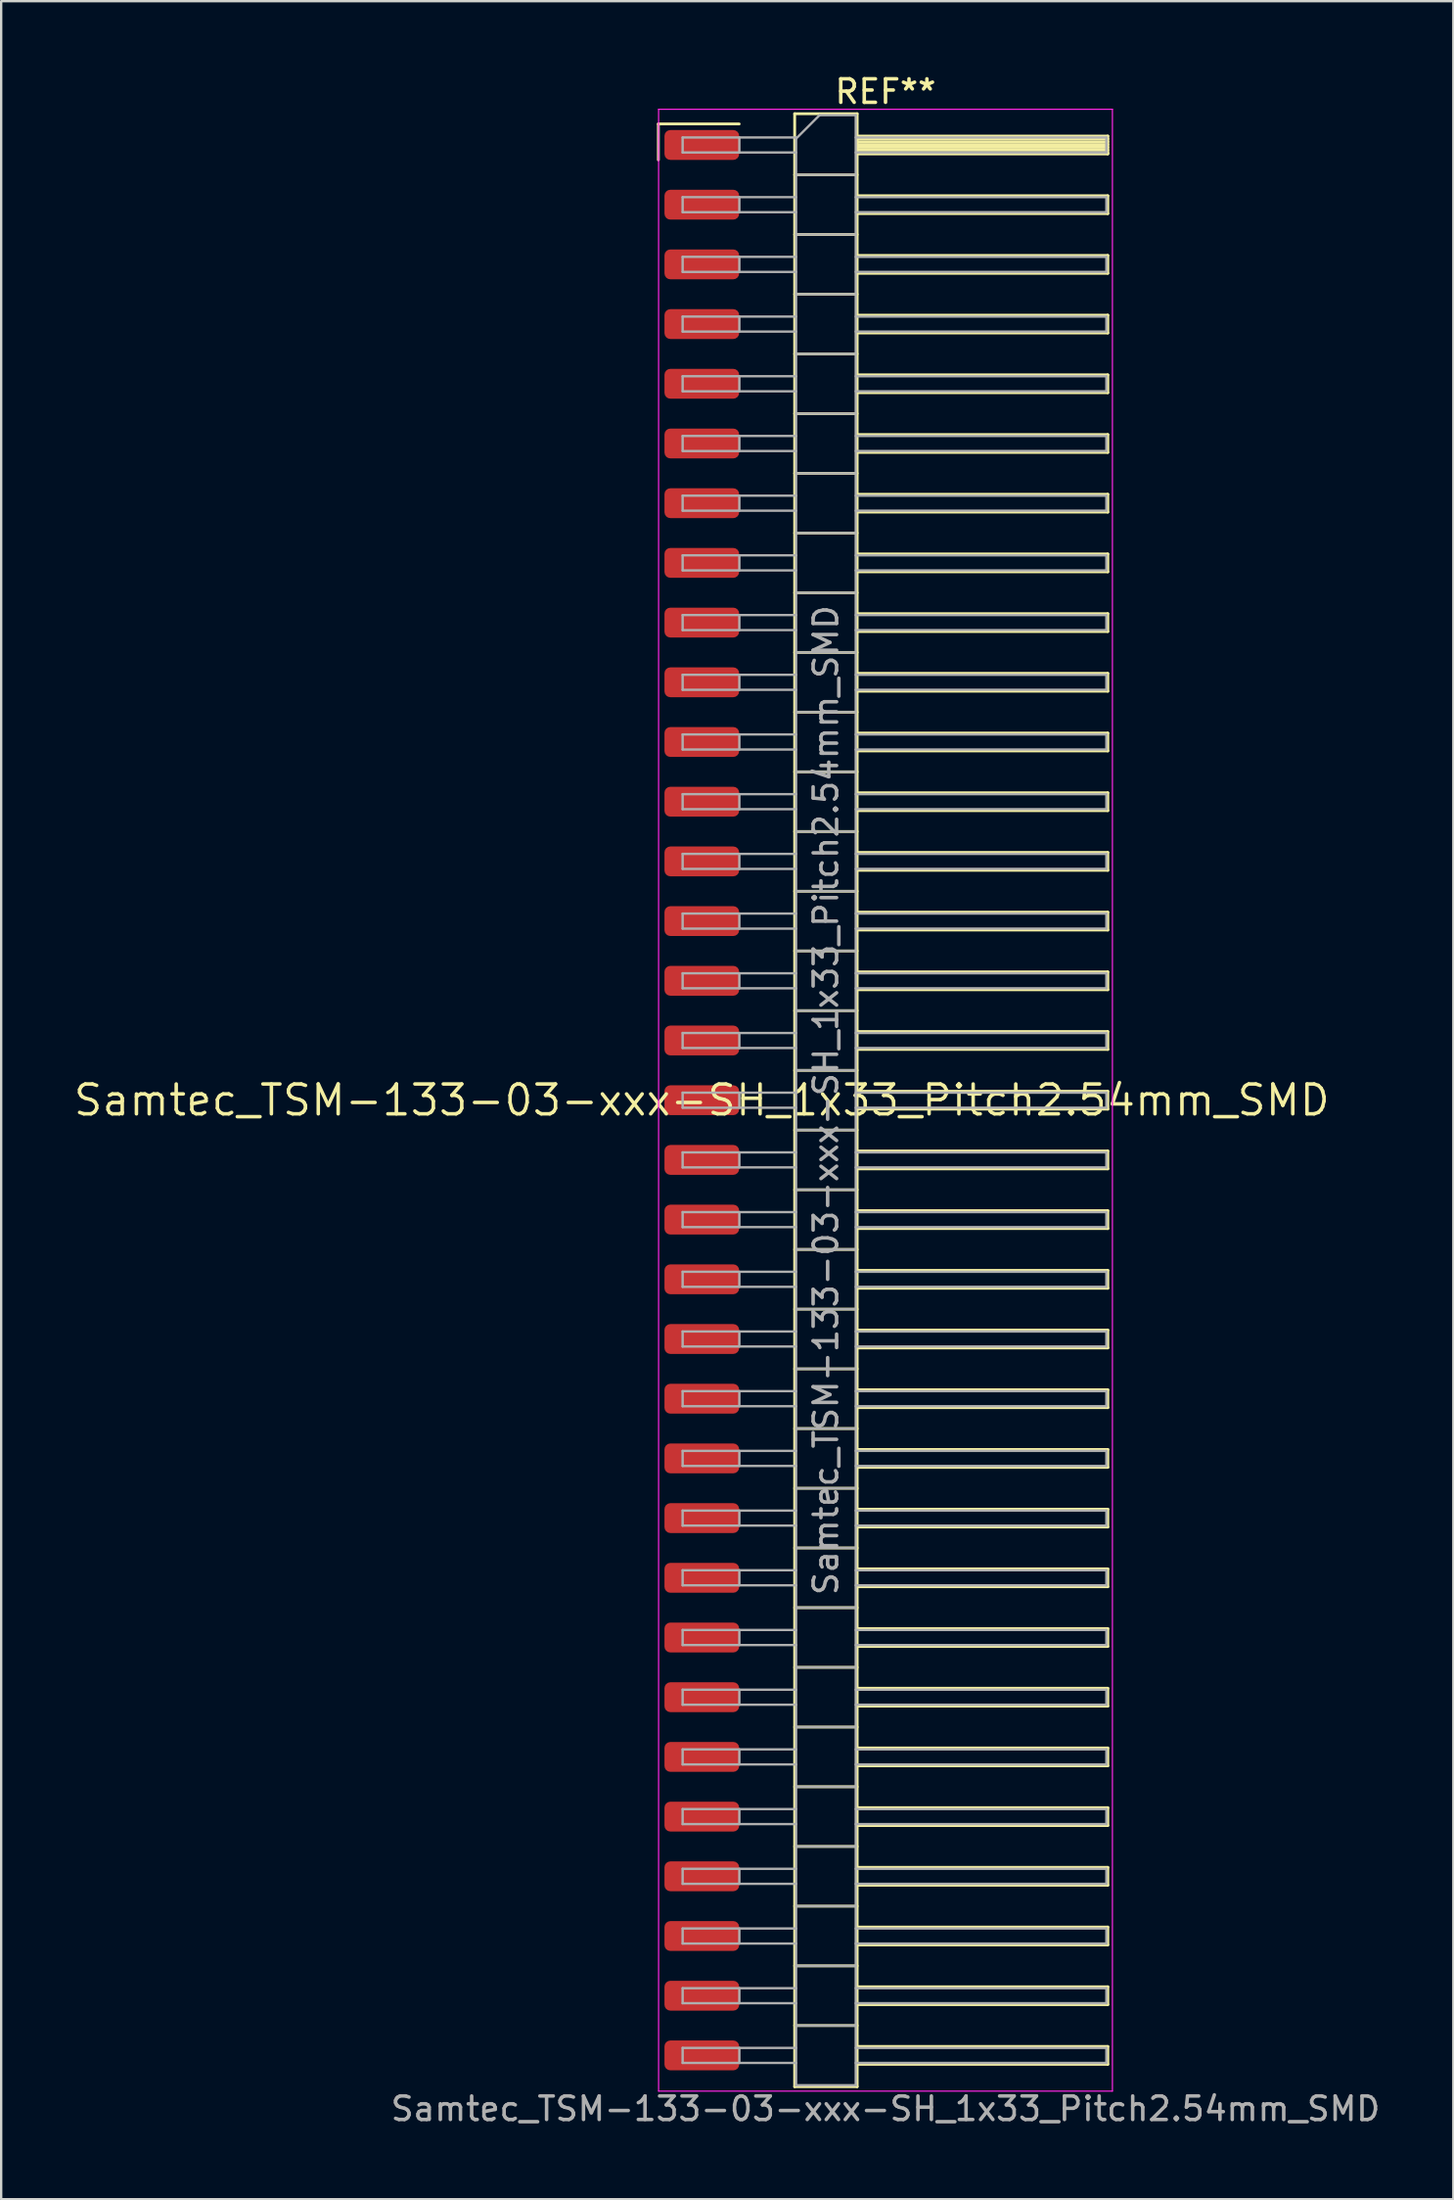
<source format=kicad_pcb>
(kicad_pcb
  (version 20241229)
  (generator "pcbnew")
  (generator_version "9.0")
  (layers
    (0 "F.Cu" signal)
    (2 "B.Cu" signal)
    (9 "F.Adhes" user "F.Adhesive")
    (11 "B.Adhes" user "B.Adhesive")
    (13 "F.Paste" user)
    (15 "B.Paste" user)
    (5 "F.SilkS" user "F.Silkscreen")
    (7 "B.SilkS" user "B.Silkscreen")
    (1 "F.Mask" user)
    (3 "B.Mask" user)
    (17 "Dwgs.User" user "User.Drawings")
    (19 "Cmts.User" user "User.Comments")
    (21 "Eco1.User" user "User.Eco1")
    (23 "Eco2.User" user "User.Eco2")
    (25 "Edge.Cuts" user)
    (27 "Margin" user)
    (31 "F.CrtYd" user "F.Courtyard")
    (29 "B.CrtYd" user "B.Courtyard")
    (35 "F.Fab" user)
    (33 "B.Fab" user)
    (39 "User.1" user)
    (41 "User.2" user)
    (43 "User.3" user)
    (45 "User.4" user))
  (footprint "Samtec_TSM-133-03-xxx-SH_1x33_Pitch2.54mm_SMD"
    (layer "F.Cu")
    (at 26.828 43.758)
    (property "Reference" "Samtec_TSM-133-03-xxx-SH_1x33_Pitch2.54mm_SMD" (at 0 0 0) (layer "F.SilkS") (effects (font (size 1.27 1.27) (thickness 0.15))))
    (attr smd)
    (fp_line (start -1.85 -41.535) (end 1.59 -41.535) (stroke (width 0.12) (type solid)) (layer "F.SilkS"))
    (fp_line (start -1.85 -40.005) (end -1.85 -41.535) (stroke (width 0.12) (type solid)) (layer "F.SilkS"))
    (fp_line (start 3.953 -41.97) (end 6.613 -41.97) (stroke (width 0.12) (type solid)) (layer "F.SilkS"))
    (fp_line (start 3.953 -39.37) (end 6.613 -39.37) (stroke (width 0.12) (type solid)) (layer "F.SilkS"))
    (fp_line (start 3.953 -36.83) (end 6.613 -36.83) (stroke (width 0.12) (type solid)) (layer "F.SilkS"))
    (fp_line (start 3.953 -34.29) (end 6.613 -34.29) (stroke (width 0.12) (type solid)) (layer "F.SilkS"))
    (fp_line (start 3.953 -31.75) (end 6.613 -31.75) (stroke (width 0.12) (type solid)) (layer "F.SilkS"))
    (fp_line (start 3.953 -29.21) (end 6.613 -29.21) (stroke (width 0.12) (type solid)) (layer "F.SilkS"))
    (fp_line (start 3.953 -26.67) (end 6.613 -26.67) (stroke (width 0.12) (type solid)) (layer "F.SilkS"))
    (fp_line (start 3.953 -24.13) (end 6.613 -24.13) (stroke (width 0.12) (type solid)) (layer "F.SilkS"))
    (fp_line (start 3.953 -21.59) (end 6.613 -21.59) (stroke (width 0.12) (type solid)) (layer "F.SilkS"))
    (fp_line (start 3.953 -19.05) (end 6.613 -19.05) (stroke (width 0.12) (type solid)) (layer "F.SilkS"))
    (fp_line (start 3.953 -16.51) (end 6.613 -16.51) (stroke (width 0.12) (type solid)) (layer "F.SilkS"))
    (fp_line (start 3.953 -13.97) (end 6.613 -13.97) (stroke (width 0.12) (type solid)) (layer "F.SilkS"))
    (fp_line (start 3.953 -11.43) (end 6.613 -11.43) (stroke (width 0.12) (type solid)) (layer "F.SilkS"))
    (fp_line (start 3.953 -8.89) (end 6.613 -8.89) (stroke (width 0.12) (type solid)) (layer "F.SilkS"))
    (fp_line (start 3.953 -6.35) (end 6.613 -6.35) (stroke (width 0.12) (type solid)) (layer "F.SilkS"))
    (fp_line (start 3.953 -3.81) (end 6.613 -3.81) (stroke (width 0.12) (type solid)) (layer "F.SilkS"))
    (fp_line (start 3.953 -1.27) (end 6.613 -1.27) (stroke (width 0.12) (type solid)) (layer "F.SilkS"))
    (fp_line (start 3.953 1.27) (end 6.613 1.27) (stroke (width 0.12) (type solid)) (layer "F.SilkS"))
    (fp_line (start 3.953 3.81) (end 6.613 3.81) (stroke (width 0.12) (type solid)) (layer "F.SilkS"))
    (fp_line (start 3.953 6.35) (end 6.613 6.35) (stroke (width 0.12) (type solid)) (layer "F.SilkS"))
    (fp_line (start 3.953 8.89) (end 6.613 8.89) (stroke (width 0.12) (type solid)) (layer "F.SilkS"))
    (fp_line (start 3.953 11.43) (end 6.613 11.43) (stroke (width 0.12) (type solid)) (layer "F.SilkS"))
    (fp_line (start 3.953 13.97) (end 6.613 13.97) (stroke (width 0.12) (type solid)) (layer "F.SilkS"))
    (fp_line (start 3.953 16.51) (end 6.613 16.51) (stroke (width 0.12) (type solid)) (layer "F.SilkS"))
    (fp_line (start 3.953 19.05) (end 6.613 19.05) (stroke (width 0.12) (type solid)) (layer "F.SilkS"))
    (fp_line (start 3.953 21.59) (end 6.613 21.59) (stroke (width 0.12) (type solid)) (layer "F.SilkS"))
    (fp_line (start 3.953 24.13) (end 6.613 24.13) (stroke (width 0.12) (type solid)) (layer "F.SilkS"))
    (fp_line (start 3.953 26.67) (end 6.613 26.67) (stroke (width 0.12) (type solid)) (layer "F.SilkS"))
    (fp_line (start 3.953 29.21) (end 6.613 29.21) (stroke (width 0.12) (type solid)) (layer "F.SilkS"))
    (fp_line (start 3.953 31.75) (end 6.613 31.75) (stroke (width 0.12) (type solid)) (layer "F.SilkS"))
    (fp_line (start 3.953 34.29) (end 6.613 34.29) (stroke (width 0.12) (type solid)) (layer "F.SilkS"))
    (fp_line (start 3.953 36.83) (end 6.613 36.83) (stroke (width 0.12) (type solid)) (layer "F.SilkS"))
    (fp_line (start 3.953 39.37) (end 6.613 39.37) (stroke (width 0.12) (type solid)) (layer "F.SilkS"))
    (fp_line (start 3.953 41.97) (end 3.953 -41.97) (stroke (width 0.12) (type solid)) (layer "F.SilkS"))
    (fp_line (start 6.613 -41.97) (end 6.613 41.97) (stroke (width 0.12) (type solid)) (layer "F.SilkS"))
    (fp_line (start 6.613 -41.02) (end 17.283 -41.02) (stroke (width 0.12) (type solid)) (layer "F.SilkS"))
    (fp_line (start 6.613 -40.9) (end 17.283 -40.9) (stroke (width 0.12) (type solid)) (layer "F.SilkS"))
    (fp_line (start 6.613 -40.78) (end 17.283 -40.78) (stroke (width 0.12) (type solid)) (layer "F.SilkS"))
    (fp_line (start 6.613 -40.66) (end 17.283 -40.66) (stroke (width 0.12) (type solid)) (layer "F.SilkS"))
    (fp_line (start 6.613 -40.54) (end 17.283 -40.54) (stroke (width 0.12) (type solid)) (layer "F.SilkS"))
    (fp_line (start 6.613 -40.42) (end 17.283 -40.42) (stroke (width 0.12) (type solid)) (layer "F.SilkS"))
    (fp_line (start 6.613 -40.3) (end 17.283 -40.3) (stroke (width 0.12) (type solid)) (layer "F.SilkS"))
    (fp_line (start 6.613 -40.26) (end 17.283 -40.26) (stroke (width 0.12) (type solid)) (layer "F.SilkS"))
    (fp_line (start 6.613 -38.48) (end 17.283 -38.48) (stroke (width 0.12) (type solid)) (layer "F.SilkS"))
    (fp_line (start 6.613 -37.72) (end 17.283 -37.72) (stroke (width 0.12) (type solid)) (layer "F.SilkS"))
    (fp_line (start 6.613 -35.94) (end 17.283 -35.94) (stroke (width 0.12) (type solid)) (layer "F.SilkS"))
    (fp_line (start 6.613 -35.18) (end 17.283 -35.18) (stroke (width 0.12) (type solid)) (layer "F.SilkS"))
    (fp_line (start 6.613 -33.4) (end 17.283 -33.4) (stroke (width 0.12) (type solid)) (layer "F.SilkS"))
    (fp_line (start 6.613 -32.64) (end 17.283 -32.64) (stroke (width 0.12) (type solid)) (layer "F.SilkS"))
    (fp_line (start 6.613 -30.86) (end 17.283 -30.86) (stroke (width 0.12) (type solid)) (layer "F.SilkS"))
    (fp_line (start 6.613 -30.1) (end 17.283 -30.1) (stroke (width 0.12) (type solid)) (layer "F.SilkS"))
    (fp_line (start 6.613 -28.32) (end 17.283 -28.32) (stroke (width 0.12) (type solid)) (layer "F.SilkS"))
    (fp_line (start 6.613 -27.56) (end 17.283 -27.56) (stroke (width 0.12) (type solid)) (layer "F.SilkS"))
    (fp_line (start 6.613 -25.78) (end 17.283 -25.78) (stroke (width 0.12) (type solid)) (layer "F.SilkS"))
    (fp_line (start 6.613 -25.02) (end 17.283 -25.02) (stroke (width 0.12) (type solid)) (layer "F.SilkS"))
    (fp_line (start 6.613 -23.24) (end 17.283 -23.24) (stroke (width 0.12) (type solid)) (layer "F.SilkS"))
    (fp_line (start 6.613 -22.48) (end 17.283 -22.48) (stroke (width 0.12) (type solid)) (layer "F.SilkS"))
    (fp_line (start 6.613 -20.7) (end 17.283 -20.7) (stroke (width 0.12) (type solid)) (layer "F.SilkS"))
    (fp_line (start 6.613 -19.94) (end 17.283 -19.94) (stroke (width 0.12) (type solid)) (layer "F.SilkS"))
    (fp_line (start 6.613 -18.16) (end 17.283 -18.16) (stroke (width 0.12) (type solid)) (layer "F.SilkS"))
    (fp_line (start 6.613 -17.4) (end 17.283 -17.4) (stroke (width 0.12) (type solid)) (layer "F.SilkS"))
    (fp_line (start 6.613 -15.62) (end 17.283 -15.62) (stroke (width 0.12) (type solid)) (layer "F.SilkS"))
    (fp_line (start 6.613 -14.86) (end 17.283 -14.86) (stroke (width 0.12) (type solid)) (layer "F.SilkS"))
    (fp_line (start 6.613 -13.08) (end 17.283 -13.08) (stroke (width 0.12) (type solid)) (layer "F.SilkS"))
    (fp_line (start 6.613 -12.32) (end 17.283 -12.32) (stroke (width 0.12) (type solid)) (layer "F.SilkS"))
    (fp_line (start 6.613 -10.54) (end 17.283 -10.54) (stroke (width 0.12) (type solid)) (layer "F.SilkS"))
    (fp_line (start 6.613 -9.78) (end 17.283 -9.78) (stroke (width 0.12) (type solid)) (layer "F.SilkS"))
    (fp_line (start 6.613 -8) (end 17.283 -8) (stroke (width 0.12) (type solid)) (layer "F.SilkS"))
    (fp_line (start 6.613 -7.24) (end 17.283 -7.24) (stroke (width 0.12) (type solid)) (layer "F.SilkS"))
    (fp_line (start 6.613 -5.46) (end 17.283 -5.46) (stroke (width 0.12) (type solid)) (layer "F.SilkS"))
    (fp_line (start 6.613 -4.7) (end 17.283 -4.7) (stroke (width 0.12) (type solid)) (layer "F.SilkS"))
    (fp_line (start 6.613 -2.92) (end 17.283 -2.92) (stroke (width 0.12) (type solid)) (layer "F.SilkS"))
    (fp_line (start 6.613 -2.16) (end 17.283 -2.16) (stroke (width 0.12) (type solid)) (layer "F.SilkS"))
    (fp_line (start 6.613 -0.38) (end 17.283 -0.38) (stroke (width 0.12) (type solid)) (layer "F.SilkS"))
    (fp_line (start 6.613 0.38) (end 17.283 0.38) (stroke (width 0.12) (type solid)) (layer "F.SilkS"))
    (fp_line (start 6.613 2.16) (end 17.283 2.16) (stroke (width 0.12) (type solid)) (layer "F.SilkS"))
    (fp_line (start 6.613 2.92) (end 17.283 2.92) (stroke (width 0.12) (type solid)) (layer "F.SilkS"))
    (fp_line (start 6.613 4.7) (end 17.283 4.7) (stroke (width 0.12) (type solid)) (layer "F.SilkS"))
    (fp_line (start 6.613 5.46) (end 17.283 5.46) (stroke (width 0.12) (type solid)) (layer "F.SilkS"))
    (fp_line (start 6.613 7.24) (end 17.283 7.24) (stroke (width 0.12) (type solid)) (layer "F.SilkS"))
    (fp_line (start 6.613 8) (end 17.283 8) (stroke (width 0.12) (type solid)) (layer "F.SilkS"))
    (fp_line (start 6.613 9.78) (end 17.283 9.78) (stroke (width 0.12) (type solid)) (layer "F.SilkS"))
    (fp_line (start 6.613 10.54) (end 17.283 10.54) (stroke (width 0.12) (type solid)) (layer "F.SilkS"))
    (fp_line (start 6.613 12.32) (end 17.283 12.32) (stroke (width 0.12) (type solid)) (layer "F.SilkS"))
    (fp_line (start 6.613 13.08) (end 17.283 13.08) (stroke (width 0.12) (type solid)) (layer "F.SilkS"))
    (fp_line (start 6.613 14.86) (end 17.283 14.86) (stroke (width 0.12) (type solid)) (layer "F.SilkS"))
    (fp_line (start 6.613 15.62) (end 17.283 15.62) (stroke (width 0.12) (type solid)) (layer "F.SilkS"))
    (fp_line (start 6.613 17.4) (end 17.283 17.4) (stroke (width 0.12) (type solid)) (layer "F.SilkS"))
    (fp_line (start 6.613 18.16) (end 17.283 18.16) (stroke (width 0.12) (type solid)) (layer "F.SilkS"))
    (fp_line (start 6.613 19.94) (end 17.283 19.94) (stroke (width 0.12) (type solid)) (layer "F.SilkS"))
    (fp_line (start 6.613 20.7) (end 17.283 20.7) (stroke (width 0.12) (type solid)) (layer "F.SilkS"))
    (fp_line (start 6.613 22.48) (end 17.283 22.48) (stroke (width 0.12) (type solid)) (layer "F.SilkS"))
    (fp_line (start 6.613 23.24) (end 17.283 23.24) (stroke (width 0.12) (type solid)) (layer "F.SilkS"))
    (fp_line (start 6.613 25.02) (end 17.283 25.02) (stroke (width 0.12) (type solid)) (layer "F.SilkS"))
    (fp_line (start 6.613 25.78) (end 17.283 25.78) (stroke (width 0.12) (type solid)) (layer "F.SilkS"))
    (fp_line (start 6.613 27.56) (end 17.283 27.56) (stroke (width 0.12) (type solid)) (layer "F.SilkS"))
    (fp_line (start 6.613 28.32) (end 17.283 28.32) (stroke (width 0.12) (type solid)) (layer "F.SilkS"))
    (fp_line (start 6.613 30.1) (end 17.283 30.1) (stroke (width 0.12) (type solid)) (layer "F.SilkS"))
    (fp_line (start 6.613 30.86) (end 17.283 30.86) (stroke (width 0.12) (type solid)) (layer "F.SilkS"))
    (fp_line (start 6.613 32.64) (end 17.283 32.64) (stroke (width 0.12) (type solid)) (layer "F.SilkS"))
    (fp_line (start 6.613 33.4) (end 17.283 33.4) (stroke (width 0.12) (type solid)) (layer "F.SilkS"))
    (fp_line (start 6.613 35.18) (end 17.283 35.18) (stroke (width 0.12) (type solid)) (layer "F.SilkS"))
    (fp_line (start 6.613 35.94) (end 17.283 35.94) (stroke (width 0.12) (type solid)) (layer "F.SilkS"))
    (fp_line (start 6.613 37.72) (end 17.283 37.72) (stroke (width 0.12) (type solid)) (layer "F.SilkS"))
    (fp_line (start 6.613 38.48) (end 17.283 38.48) (stroke (width 0.12) (type solid)) (layer "F.SilkS"))
    (fp_line (start 6.613 40.26) (end 17.283 40.26) (stroke (width 0.12) (type solid)) (layer "F.SilkS"))
    (fp_line (start 6.613 41.02) (end 17.283 41.02) (stroke (width 0.12) (type solid)) (layer "F.SilkS"))
    (fp_line (start 6.613 41.97) (end 3.953 41.97) (stroke (width 0.12) (type solid)) (layer "F.SilkS"))
    (fp_line (start 17.283 -41.02) (end 17.283 -40.26) (stroke (width 0.12) (type solid)) (layer "F.SilkS"))
    (fp_line (start 17.283 -38.48) (end 17.283 -37.72) (stroke (width 0.12) (type solid)) (layer "F.SilkS"))
    (fp_line (start 17.283 -35.94) (end 17.283 -35.18) (stroke (width 0.12) (type solid)) (layer "F.SilkS"))
    (fp_line (start 17.283 -33.4) (end 17.283 -32.64) (stroke (width 0.12) (type solid)) (layer "F.SilkS"))
    (fp_line (start 17.283 -30.86) (end 17.283 -30.1) (stroke (width 0.12) (type solid)) (layer "F.SilkS"))
    (fp_line (start 17.283 -28.32) (end 17.283 -27.56) (stroke (width 0.12) (type solid)) (layer "F.SilkS"))
    (fp_line (start 17.283 -25.78) (end 17.283 -25.02) (stroke (width 0.12) (type solid)) (layer "F.SilkS"))
    (fp_line (start 17.283 -23.24) (end 17.283 -22.48) (stroke (width 0.12) (type solid)) (layer "F.SilkS"))
    (fp_line (start 17.283 -20.7) (end 17.283 -19.94) (stroke (width 0.12) (type solid)) (layer "F.SilkS"))
    (fp_line (start 17.283 -18.16) (end 17.283 -17.4) (stroke (width 0.12) (type solid)) (layer "F.SilkS"))
    (fp_line (start 17.283 -15.62) (end 17.283 -14.86) (stroke (width 0.12) (type solid)) (layer "F.SilkS"))
    (fp_line (start 17.283 -13.08) (end 17.283 -12.32) (stroke (width 0.12) (type solid)) (layer "F.SilkS"))
    (fp_line (start 17.283 -10.54) (end 17.283 -9.78) (stroke (width 0.12) (type solid)) (layer "F.SilkS"))
    (fp_line (start 17.283 -8) (end 17.283 -7.24) (stroke (width 0.12) (type solid)) (layer "F.SilkS"))
    (fp_line (start 17.283 -5.46) (end 17.283 -4.7) (stroke (width 0.12) (type solid)) (layer "F.SilkS"))
    (fp_line (start 17.283 -2.92) (end 17.283 -2.16) (stroke (width 0.12) (type solid)) (layer "F.SilkS"))
    (fp_line (start 17.283 -0.38) (end 17.283 0.38) (stroke (width 0.12) (type solid)) (layer "F.SilkS"))
    (fp_line (start 17.283 2.16) (end 17.283 2.92) (stroke (width 0.12) (type solid)) (layer "F.SilkS"))
    (fp_line (start 17.283 4.7) (end 17.283 5.46) (stroke (width 0.12) (type solid)) (layer "F.SilkS"))
    (fp_line (start 17.283 7.24) (end 17.283 8) (stroke (width 0.12) (type solid)) (layer "F.SilkS"))
    (fp_line (start 17.283 9.78) (end 17.283 10.54) (stroke (width 0.12) (type solid)) (layer "F.SilkS"))
    (fp_line (start 17.283 12.32) (end 17.283 13.08) (stroke (width 0.12) (type solid)) (layer "F.SilkS"))
    (fp_line (start 17.283 14.86) (end 17.283 15.62) (stroke (width 0.12) (type solid)) (layer "F.SilkS"))
    (fp_line (start 17.283 17.4) (end 17.283 18.16) (stroke (width 0.12) (type solid)) (layer "F.SilkS"))
    (fp_line (start 17.283 19.94) (end 17.283 20.7) (stroke (width 0.12) (type solid)) (layer "F.SilkS"))
    (fp_line (start 17.283 22.48) (end 17.283 23.24) (stroke (width 0.12) (type solid)) (layer "F.SilkS"))
    (fp_line (start 17.283 25.02) (end 17.283 25.78) (stroke (width 0.12) (type solid)) (layer "F.SilkS"))
    (fp_line (start 17.283 27.56) (end 17.283 28.32) (stroke (width 0.12) (type solid)) (layer "F.SilkS"))
    (fp_line (start 17.283 30.1) (end 17.283 30.86) (stroke (width 0.12) (type solid)) (layer "F.SilkS"))
    (fp_line (start 17.283 32.64) (end 17.283 33.4) (stroke (width 0.12) (type solid)) (layer "F.SilkS"))
    (fp_line (start 17.283 35.18) (end 17.283 35.94) (stroke (width 0.12) (type solid)) (layer "F.SilkS"))
    (fp_line (start 17.283 37.72) (end 17.283 38.48) (stroke (width 0.12) (type solid)) (layer "F.SilkS"))
    (fp_line (start 17.283 40.26) (end 17.283 41.02) (stroke (width 0.12) (type solid)) (layer "F.SilkS"))
    (fp_line (start -1.84 -42.16) (end 17.48 -42.16) (stroke (width 0.05) (type solid)) (layer "F.CrtYd"))
    (fp_line (start -1.84 42.16) (end -1.84 -42.16) (stroke (width 0.05) (type solid)) (layer "F.CrtYd"))
    (fp_line (start 17.48 -42.16) (end 17.48 42.16) (stroke (width 0.05) (type solid)) (layer "F.CrtYd"))
    (fp_line (start 17.48 42.16) (end -1.84 42.16) (stroke (width 0.05) (type solid)) (layer "F.CrtYd"))
    (fp_line (start -0.817 -40.96) (end -0.817 -40.32) (stroke (width 0.1) (type solid)) (layer "F.Fab"))
    (fp_line (start -0.817 -40.96) (end 4.013 -40.96) (stroke (width 0.1) (type solid)) (layer "F.Fab"))
    (fp_line (start -0.817 -40.32) (end 4.013 -40.32) (stroke (width 0.1) (type solid)) (layer "F.Fab"))
    (fp_line (start -0.817 -38.42) (end -0.817 -37.78) (stroke (width 0.1) (type solid)) (layer "F.Fab"))
    (fp_line (start -0.817 -38.42) (end 4.013 -38.42) (stroke (width 0.1) (type solid)) (layer "F.Fab"))
    (fp_line (start -0.817 -37.78) (end 4.013 -37.78) (stroke (width 0.1) (type solid)) (layer "F.Fab"))
    (fp_line (start -0.817 -35.88) (end -0.817 -35.24) (stroke (width 0.1) (type solid)) (layer "F.Fab"))
    (fp_line (start -0.817 -35.88) (end 4.013 -35.88) (stroke (width 0.1) (type solid)) (layer "F.Fab"))
    (fp_line (start -0.817 -35.24) (end 4.013 -35.24) (stroke (width 0.1) (type solid)) (layer "F.Fab"))
    (fp_line (start -0.817 -33.34) (end -0.817 -32.7) (stroke (width 0.1) (type solid)) (layer "F.Fab"))
    (fp_line (start -0.817 -33.34) (end 4.013 -33.34) (stroke (width 0.1) (type solid)) (layer "F.Fab"))
    (fp_line (start -0.817 -32.7) (end 4.013 -32.7) (stroke (width 0.1) (type solid)) (layer "F.Fab"))
    (fp_line (start -0.817 -30.8) (end -0.817 -30.16) (stroke (width 0.1) (type solid)) (layer "F.Fab"))
    (fp_line (start -0.817 -30.8) (end 4.013 -30.8) (stroke (width 0.1) (type solid)) (layer "F.Fab"))
    (fp_line (start -0.817 -30.16) (end 4.013 -30.16) (stroke (width 0.1) (type solid)) (layer "F.Fab"))
    (fp_line (start -0.817 -28.26) (end -0.817 -27.62) (stroke (width 0.1) (type solid)) (layer "F.Fab"))
    (fp_line (start -0.817 -28.26) (end 4.013 -28.26) (stroke (width 0.1) (type solid)) (layer "F.Fab"))
    (fp_line (start -0.817 -27.62) (end 4.013 -27.62) (stroke (width 0.1) (type solid)) (layer "F.Fab"))
    (fp_line (start -0.817 -25.72) (end -0.817 -25.08) (stroke (width 0.1) (type solid)) (layer "F.Fab"))
    (fp_line (start -0.817 -25.72) (end 4.013 -25.72) (stroke (width 0.1) (type solid)) (layer "F.Fab"))
    (fp_line (start -0.817 -25.08) (end 4.013 -25.08) (stroke (width 0.1) (type solid)) (layer "F.Fab"))
    (fp_line (start -0.817 -23.18) (end -0.817 -22.54) (stroke (width 0.1) (type solid)) (layer "F.Fab"))
    (fp_line (start -0.817 -23.18) (end 4.013 -23.18) (stroke (width 0.1) (type solid)) (layer "F.Fab"))
    (fp_line (start -0.817 -22.54) (end 4.013 -22.54) (stroke (width 0.1) (type solid)) (layer "F.Fab"))
    (fp_line (start -0.817 -20.64) (end -0.817 -20) (stroke (width 0.1) (type solid)) (layer "F.Fab"))
    (fp_line (start -0.817 -20.64) (end 4.013 -20.64) (stroke (width 0.1) (type solid)) (layer "F.Fab"))
    (fp_line (start -0.817 -20) (end 4.013 -20) (stroke (width 0.1) (type solid)) (layer "F.Fab"))
    (fp_line (start -0.817 -18.1) (end -0.817 -17.46) (stroke (width 0.1) (type solid)) (layer "F.Fab"))
    (fp_line (start -0.817 -18.1) (end 4.013 -18.1) (stroke (width 0.1) (type solid)) (layer "F.Fab"))
    (fp_line (start -0.817 -17.46) (end 4.013 -17.46) (stroke (width 0.1) (type solid)) (layer "F.Fab"))
    (fp_line (start -0.817 -15.56) (end -0.817 -14.92) (stroke (width 0.1) (type solid)) (layer "F.Fab"))
    (fp_line (start -0.817 -15.56) (end 4.013 -15.56) (stroke (width 0.1) (type solid)) (layer "F.Fab"))
    (fp_line (start -0.817 -14.92) (end 4.013 -14.92) (stroke (width 0.1) (type solid)) (layer "F.Fab"))
    (fp_line (start -0.817 -13.02) (end -0.817 -12.38) (stroke (width 0.1) (type solid)) (layer "F.Fab"))
    (fp_line (start -0.817 -13.02) (end 4.013 -13.02) (stroke (width 0.1) (type solid)) (layer "F.Fab"))
    (fp_line (start -0.817 -12.38) (end 4.013 -12.38) (stroke (width 0.1) (type solid)) (layer "F.Fab"))
    (fp_line (start -0.817 -10.48) (end -0.817 -9.84) (stroke (width 0.1) (type solid)) (layer "F.Fab"))
    (fp_line (start -0.817 -10.48) (end 4.013 -10.48) (stroke (width 0.1) (type solid)) (layer "F.Fab"))
    (fp_line (start -0.817 -9.84) (end 4.013 -9.84) (stroke (width 0.1) (type solid)) (layer "F.Fab"))
    (fp_line (start -0.817 -7.94) (end -0.817 -7.3) (stroke (width 0.1) (type solid)) (layer "F.Fab"))
    (fp_line (start -0.817 -7.94) (end 4.013 -7.94) (stroke (width 0.1) (type solid)) (layer "F.Fab"))
    (fp_line (start -0.817 -7.3) (end 4.013 -7.3) (stroke (width 0.1) (type solid)) (layer "F.Fab"))
    (fp_line (start -0.817 -5.4) (end -0.817 -4.76) (stroke (width 0.1) (type solid)) (layer "F.Fab"))
    (fp_line (start -0.817 -5.4) (end 4.013 -5.4) (stroke (width 0.1) (type solid)) (layer "F.Fab"))
    (fp_line (start -0.817 -4.76) (end 4.013 -4.76) (stroke (width 0.1) (type solid)) (layer "F.Fab"))
    (fp_line (start -0.817 -2.86) (end -0.817 -2.22) (stroke (width 0.1) (type solid)) (layer "F.Fab"))
    (fp_line (start -0.817 -2.86) (end 4.013 -2.86) (stroke (width 0.1) (type solid)) (layer "F.Fab"))
    (fp_line (start -0.817 -2.22) (end 4.013 -2.22) (stroke (width 0.1) (type solid)) (layer "F.Fab"))
    (fp_line (start -0.817 -0.32) (end -0.817 0.32) (stroke (width 0.1) (type solid)) (layer "F.Fab"))
    (fp_line (start -0.817 -0.32) (end 4.013 -0.32) (stroke (width 0.1) (type solid)) (layer "F.Fab"))
    (fp_line (start -0.817 0.32) (end 4.013 0.32) (stroke (width 0.1) (type solid)) (layer "F.Fab"))
    (fp_line (start -0.817 2.22) (end -0.817 2.86) (stroke (width 0.1) (type solid)) (layer "F.Fab"))
    (fp_line (start -0.817 2.22) (end 4.013 2.22) (stroke (width 0.1) (type solid)) (layer "F.Fab"))
    (fp_line (start -0.817 2.86) (end 4.013 2.86) (stroke (width 0.1) (type solid)) (layer "F.Fab"))
    (fp_line (start -0.817 4.76) (end -0.817 5.4) (stroke (width 0.1) (type solid)) (layer "F.Fab"))
    (fp_line (start -0.817 4.76) (end 4.013 4.76) (stroke (width 0.1) (type solid)) (layer "F.Fab"))
    (fp_line (start -0.817 5.4) (end 4.013 5.4) (stroke (width 0.1) (type solid)) (layer "F.Fab"))
    (fp_line (start -0.817 7.3) (end -0.817 7.94) (stroke (width 0.1) (type solid)) (layer "F.Fab"))
    (fp_line (start -0.817 7.3) (end 4.013 7.3) (stroke (width 0.1) (type solid)) (layer "F.Fab"))
    (fp_line (start -0.817 7.94) (end 4.013 7.94) (stroke (width 0.1) (type solid)) (layer "F.Fab"))
    (fp_line (start -0.817 9.84) (end -0.817 10.48) (stroke (width 0.1) (type solid)) (layer "F.Fab"))
    (fp_line (start -0.817 9.84) (end 4.013 9.84) (stroke (width 0.1) (type solid)) (layer "F.Fab"))
    (fp_line (start -0.817 10.48) (end 4.013 10.48) (stroke (width 0.1) (type solid)) (layer "F.Fab"))
    (fp_line (start -0.817 12.38) (end -0.817 13.02) (stroke (width 0.1) (type solid)) (layer "F.Fab"))
    (fp_line (start -0.817 12.38) (end 4.013 12.38) (stroke (width 0.1) (type solid)) (layer "F.Fab"))
    (fp_line (start -0.817 13.02) (end 4.013 13.02) (stroke (width 0.1) (type solid)) (layer "F.Fab"))
    (fp_line (start -0.817 14.92) (end -0.817 15.56) (stroke (width 0.1) (type solid)) (layer "F.Fab"))
    (fp_line (start -0.817 14.92) (end 4.013 14.92) (stroke (width 0.1) (type solid)) (layer "F.Fab"))
    (fp_line (start -0.817 15.56) (end 4.013 15.56) (stroke (width 0.1) (type solid)) (layer "F.Fab"))
    (fp_line (start -0.817 17.46) (end -0.817 18.1) (stroke (width 0.1) (type solid)) (layer "F.Fab"))
    (fp_line (start -0.817 17.46) (end 4.013 17.46) (stroke (width 0.1) (type solid)) (layer "F.Fab"))
    (fp_line (start -0.817 18.1) (end 4.013 18.1) (stroke (width 0.1) (type solid)) (layer "F.Fab"))
    (fp_line (start -0.817 20) (end -0.817 20.64) (stroke (width 0.1) (type solid)) (layer "F.Fab"))
    (fp_line (start -0.817 20) (end 4.013 20) (stroke (width 0.1) (type solid)) (layer "F.Fab"))
    (fp_line (start -0.817 20.64) (end 4.013 20.64) (stroke (width 0.1) (type solid)) (layer "F.Fab"))
    (fp_line (start -0.817 22.54) (end -0.817 23.18) (stroke (width 0.1) (type solid)) (layer "F.Fab"))
    (fp_line (start -0.817 22.54) (end 4.013 22.54) (stroke (width 0.1) (type solid)) (layer "F.Fab"))
    (fp_line (start -0.817 23.18) (end 4.013 23.18) (stroke (width 0.1) (type solid)) (layer "F.Fab"))
    (fp_line (start -0.817 25.08) (end -0.817 25.72) (stroke (width 0.1) (type solid)) (layer "F.Fab"))
    (fp_line (start -0.817 25.08) (end 4.013 25.08) (stroke (width 0.1) (type solid)) (layer "F.Fab"))
    (fp_line (start -0.817 25.72) (end 4.013 25.72) (stroke (width 0.1) (type solid)) (layer "F.Fab"))
    (fp_line (start -0.817 27.62) (end -0.817 28.26) (stroke (width 0.1) (type solid)) (layer "F.Fab"))
    (fp_line (start -0.817 27.62) (end 4.013 27.62) (stroke (width 0.1) (type solid)) (layer "F.Fab"))
    (fp_line (start -0.817 28.26) (end 4.013 28.26) (stroke (width 0.1) (type solid)) (layer "F.Fab"))
    (fp_line (start -0.817 30.16) (end -0.817 30.8) (stroke (width 0.1) (type solid)) (layer "F.Fab"))
    (fp_line (start -0.817 30.16) (end 4.013 30.16) (stroke (width 0.1) (type solid)) (layer "F.Fab"))
    (fp_line (start -0.817 30.8) (end 4.013 30.8) (stroke (width 0.1) (type solid)) (layer "F.Fab"))
    (fp_line (start -0.817 32.7) (end -0.817 33.34) (stroke (width 0.1) (type solid)) (layer "F.Fab"))
    (fp_line (start -0.817 32.7) (end 4.013 32.7) (stroke (width 0.1) (type solid)) (layer "F.Fab"))
    (fp_line (start -0.817 33.34) (end 4.013 33.34) (stroke (width 0.1) (type solid)) (layer "F.Fab"))
    (fp_line (start -0.817 35.24) (end -0.817 35.88) (stroke (width 0.1) (type solid)) (layer "F.Fab"))
    (fp_line (start -0.817 35.24) (end 4.013 35.24) (stroke (width 0.1) (type solid)) (layer "F.Fab"))
    (fp_line (start -0.817 35.88) (end 4.013 35.88) (stroke (width 0.1) (type solid)) (layer "F.Fab"))
    (fp_line (start -0.817 37.78) (end -0.817 38.42) (stroke (width 0.1) (type solid)) (layer "F.Fab"))
    (fp_line (start -0.817 37.78) (end 4.013 37.78) (stroke (width 0.1) (type solid)) (layer "F.Fab"))
    (fp_line (start -0.817 38.42) (end 4.013 38.42) (stroke (width 0.1) (type solid)) (layer "F.Fab"))
    (fp_line (start -0.817 40.32) (end -0.817 40.96) (stroke (width 0.1) (type solid)) (layer "F.Fab"))
    (fp_line (start -0.817 40.32) (end 4.013 40.32) (stroke (width 0.1) (type solid)) (layer "F.Fab"))
    (fp_line (start -0.817 40.96) (end 4.013 40.96) (stroke (width 0.1) (type solid)) (layer "F.Fab"))
    (fp_line (start 1.598 -40.96) (end 1.598 -40.32) (stroke (width 0.1) (type solid)) (layer "F.Fab"))
    (fp_line (start 1.598 -38.42) (end 1.598 -37.78) (stroke (width 0.1) (type solid)) (layer "F.Fab"))
    (fp_line (start 1.598 -35.88) (end 1.598 -35.24) (stroke (width 0.1) (type solid)) (layer "F.Fab"))
    (fp_line (start 1.598 -33.34) (end 1.598 -32.7) (stroke (width 0.1) (type solid)) (layer "F.Fab"))
    (fp_line (start 1.598 -30.8) (end 1.598 -30.16) (stroke (width 0.1) (type solid)) (layer "F.Fab"))
    (fp_line (start 1.598 -28.26) (end 1.598 -27.62) (stroke (width 0.1) (type solid)) (layer "F.Fab"))
    (fp_line (start 1.598 -25.72) (end 1.598 -25.08) (stroke (width 0.1) (type solid)) (layer "F.Fab"))
    (fp_line (start 1.598 -23.18) (end 1.598 -22.54) (stroke (width 0.1) (type solid)) (layer "F.Fab"))
    (fp_line (start 1.598 -20.64) (end 1.598 -20) (stroke (width 0.1) (type solid)) (layer "F.Fab"))
    (fp_line (start 1.598 -18.1) (end 1.598 -17.46) (stroke (width 0.1) (type solid)) (layer "F.Fab"))
    (fp_line (start 1.598 -15.56) (end 1.598 -14.92) (stroke (width 0.1) (type solid)) (layer "F.Fab"))
    (fp_line (start 1.598 -13.02) (end 1.598 -12.38) (stroke (width 0.1) (type solid)) (layer "F.Fab"))
    (fp_line (start 1.598 -10.48) (end 1.598 -9.84) (stroke (width 0.1) (type solid)) (layer "F.Fab"))
    (fp_line (start 1.598 -7.94) (end 1.598 -7.3) (stroke (width 0.1) (type solid)) (layer "F.Fab"))
    (fp_line (start 1.598 -5.4) (end 1.598 -4.76) (stroke (width 0.1) (type solid)) (layer "F.Fab"))
    (fp_line (start 1.598 -2.86) (end 1.598 -2.22) (stroke (width 0.1) (type solid)) (layer "F.Fab"))
    (fp_line (start 1.598 -0.32) (end 1.598 0.32) (stroke (width 0.1) (type solid)) (layer "F.Fab"))
    (fp_line (start 1.598 2.22) (end 1.598 2.86) (stroke (width 0.1) (type solid)) (layer "F.Fab"))
    (fp_line (start 1.598 4.76) (end 1.598 5.4) (stroke (width 0.1) (type solid)) (layer "F.Fab"))
    (fp_line (start 1.598 7.3) (end 1.598 7.94) (stroke (width 0.1) (type solid)) (layer "F.Fab"))
    (fp_line (start 1.598 9.84) (end 1.598 10.48) (stroke (width 0.1) (type solid)) (layer "F.Fab"))
    (fp_line (start 1.598 12.38) (end 1.598 13.02) (stroke (width 0.1) (type solid)) (layer "F.Fab"))
    (fp_line (start 1.598 14.92) (end 1.598 15.56) (stroke (width 0.1) (type solid)) (layer "F.Fab"))
    (fp_line (start 1.598 17.46) (end 1.598 18.1) (stroke (width 0.1) (type solid)) (layer "F.Fab"))
    (fp_line (start 1.598 20) (end 1.598 20.64) (stroke (width 0.1) (type solid)) (layer "F.Fab"))
    (fp_line (start 1.598 22.54) (end 1.598 23.18) (stroke (width 0.1) (type solid)) (layer "F.Fab"))
    (fp_line (start 1.598 25.08) (end 1.598 25.72) (stroke (width 0.1) (type solid)) (layer "F.Fab"))
    (fp_line (start 1.598 27.62) (end 1.598 28.26) (stroke (width 0.1) (type solid)) (layer "F.Fab"))
    (fp_line (start 1.598 30.16) (end 1.598 30.8) (stroke (width 0.1) (type solid)) (layer "F.Fab"))
    (fp_line (start 1.598 32.7) (end 1.598 33.34) (stroke (width 0.1) (type solid)) (layer "F.Fab"))
    (fp_line (start 1.598 35.24) (end 1.598 35.88) (stroke (width 0.1) (type solid)) (layer "F.Fab"))
    (fp_line (start 1.598 37.78) (end 1.598 38.42) (stroke (width 0.1) (type solid)) (layer "F.Fab"))
    (fp_line (start 1.598 40.32) (end 1.598 40.96) (stroke (width 0.1) (type solid)) (layer "F.Fab"))
    (fp_line (start 4.013 -40.91) (end 5.013 -41.91) (stroke (width 0.1) (type solid)) (layer "F.Fab"))
    (fp_line (start 4.013 -39.37) (end 6.553 -39.37) (stroke (width 0.1) (type solid)) (layer "F.Fab"))
    (fp_line (start 4.013 -36.83) (end 6.553 -36.83) (stroke (width 0.1) (type solid)) (layer "F.Fab"))
    (fp_line (start 4.013 -34.29) (end 6.553 -34.29) (stroke (width 0.1) (type solid)) (layer "F.Fab"))
    (fp_line (start 4.013 -31.75) (end 6.553 -31.75) (stroke (width 0.1) (type solid)) (layer "F.Fab"))
    (fp_line (start 4.013 -29.21) (end 6.553 -29.21) (stroke (width 0.1) (type solid)) (layer "F.Fab"))
    (fp_line (start 4.013 -26.67) (end 6.553 -26.67) (stroke (width 0.1) (type solid)) (layer "F.Fab"))
    (fp_line (start 4.013 -24.13) (end 6.553 -24.13) (stroke (width 0.1) (type solid)) (layer "F.Fab"))
    (fp_line (start 4.013 -21.59) (end 6.553 -21.59) (stroke (width 0.1) (type solid)) (layer "F.Fab"))
    (fp_line (start 4.013 -19.05) (end 6.553 -19.05) (stroke (width 0.1) (type solid)) (layer "F.Fab"))
    (fp_line (start 4.013 -16.51) (end 6.553 -16.51) (stroke (width 0.1) (type solid)) (layer "F.Fab"))
    (fp_line (start 4.013 -13.97) (end 6.553 -13.97) (stroke (width 0.1) (type solid)) (layer "F.Fab"))
    (fp_line (start 4.013 -11.43) (end 6.553 -11.43) (stroke (width 0.1) (type solid)) (layer "F.Fab"))
    (fp_line (start 4.013 -8.89) (end 6.553 -8.89) (stroke (width 0.1) (type solid)) (layer "F.Fab"))
    (fp_line (start 4.013 -6.35) (end 6.553 -6.35) (stroke (width 0.1) (type solid)) (layer "F.Fab"))
    (fp_line (start 4.013 -3.81) (end 6.553 -3.81) (stroke (width 0.1) (type solid)) (layer "F.Fab"))
    (fp_line (start 4.013 -1.27) (end 6.553 -1.27) (stroke (width 0.1) (type solid)) (layer "F.Fab"))
    (fp_line (start 4.013 1.27) (end 6.553 1.27) (stroke (width 0.1) (type solid)) (layer "F.Fab"))
    (fp_line (start 4.013 3.81) (end 6.553 3.81) (stroke (width 0.1) (type solid)) (layer "F.Fab"))
    (fp_line (start 4.013 6.35) (end 6.553 6.35) (stroke (width 0.1) (type solid)) (layer "F.Fab"))
    (fp_line (start 4.013 8.89) (end 6.553 8.89) (stroke (width 0.1) (type solid)) (layer "F.Fab"))
    (fp_line (start 4.013 11.43) (end 6.553 11.43) (stroke (width 0.1) (type solid)) (layer "F.Fab"))
    (fp_line (start 4.013 13.97) (end 6.553 13.97) (stroke (width 0.1) (type solid)) (layer "F.Fab"))
    (fp_line (start 4.013 16.51) (end 6.553 16.51) (stroke (width 0.1) (type solid)) (layer "F.Fab"))
    (fp_line (start 4.013 19.05) (end 6.553 19.05) (stroke (width 0.1) (type solid)) (layer "F.Fab"))
    (fp_line (start 4.013 21.59) (end 6.553 21.59) (stroke (width 0.1) (type solid)) (layer "F.Fab"))
    (fp_line (start 4.013 24.13) (end 6.553 24.13) (stroke (width 0.1) (type solid)) (layer "F.Fab"))
    (fp_line (start 4.013 26.67) (end 6.553 26.67) (stroke (width 0.1) (type solid)) (layer "F.Fab"))
    (fp_line (start 4.013 29.21) (end 6.553 29.21) (stroke (width 0.1) (type solid)) (layer "F.Fab"))
    (fp_line (start 4.013 31.75) (end 6.553 31.75) (stroke (width 0.1) (type solid)) (layer "F.Fab"))
    (fp_line (start 4.013 34.29) (end 6.553 34.29) (stroke (width 0.1) (type solid)) (layer "F.Fab"))
    (fp_line (start 4.013 36.83) (end 6.553 36.83) (stroke (width 0.1) (type solid)) (layer "F.Fab"))
    (fp_line (start 4.013 39.37) (end 6.553 39.37) (stroke (width 0.1) (type solid)) (layer "F.Fab"))
    (fp_line (start 4.013 41.91) (end 4.013 -40.91) (stroke (width 0.1) (type solid)) (layer "F.Fab"))
    (fp_line (start 5.013 -41.91) (end 6.553 -41.91) (stroke (width 0.1) (type solid)) (layer "F.Fab"))
    (fp_line (start 6.553 -41.91) (end 6.553 41.91) (stroke (width 0.1) (type solid)) (layer "F.Fab"))
    (fp_line (start 6.553 -40.96) (end 17.223 -40.96) (stroke (width 0.1) (type solid)) (layer "F.Fab"))
    (fp_line (start 6.553 -40.32) (end 17.223 -40.32) (stroke (width 0.1) (type solid)) (layer "F.Fab"))
    (fp_line (start 6.553 -38.42) (end 17.223 -38.42) (stroke (width 0.1) (type solid)) (layer "F.Fab"))
    (fp_line (start 6.553 -37.78) (end 17.223 -37.78) (stroke (width 0.1) (type solid)) (layer "F.Fab"))
    (fp_line (start 6.553 -35.88) (end 17.223 -35.88) (stroke (width 0.1) (type solid)) (layer "F.Fab"))
    (fp_line (start 6.553 -35.24) (end 17.223 -35.24) (stroke (width 0.1) (type solid)) (layer "F.Fab"))
    (fp_line (start 6.553 -33.34) (end 17.223 -33.34) (stroke (width 0.1) (type solid)) (layer "F.Fab"))
    (fp_line (start 6.553 -32.7) (end 17.223 -32.7) (stroke (width 0.1) (type solid)) (layer "F.Fab"))
    (fp_line (start 6.553 -30.8) (end 17.223 -30.8) (stroke (width 0.1) (type solid)) (layer "F.Fab"))
    (fp_line (start 6.553 -30.16) (end 17.223 -30.16) (stroke (width 0.1) (type solid)) (layer "F.Fab"))
    (fp_line (start 6.553 -28.26) (end 17.223 -28.26) (stroke (width 0.1) (type solid)) (layer "F.Fab"))
    (fp_line (start 6.553 -27.62) (end 17.223 -27.62) (stroke (width 0.1) (type solid)) (layer "F.Fab"))
    (fp_line (start 6.553 -25.72) (end 17.223 -25.72) (stroke (width 0.1) (type solid)) (layer "F.Fab"))
    (fp_line (start 6.553 -25.08) (end 17.223 -25.08) (stroke (width 0.1) (type solid)) (layer "F.Fab"))
    (fp_line (start 6.553 -23.18) (end 17.223 -23.18) (stroke (width 0.1) (type solid)) (layer "F.Fab"))
    (fp_line (start 6.553 -22.54) (end 17.223 -22.54) (stroke (width 0.1) (type solid)) (layer "F.Fab"))
    (fp_line (start 6.553 -20.64) (end 17.223 -20.64) (stroke (width 0.1) (type solid)) (layer "F.Fab"))
    (fp_line (start 6.553 -20) (end 17.223 -20) (stroke (width 0.1) (type solid)) (layer "F.Fab"))
    (fp_line (start 6.553 -18.1) (end 17.223 -18.1) (stroke (width 0.1) (type solid)) (layer "F.Fab"))
    (fp_line (start 6.553 -17.46) (end 17.223 -17.46) (stroke (width 0.1) (type solid)) (layer "F.Fab"))
    (fp_line (start 6.553 -15.56) (end 17.223 -15.56) (stroke (width 0.1) (type solid)) (layer "F.Fab"))
    (fp_line (start 6.553 -14.92) (end 17.223 -14.92) (stroke (width 0.1) (type solid)) (layer "F.Fab"))
    (fp_line (start 6.553 -13.02) (end 17.223 -13.02) (stroke (width 0.1) (type solid)) (layer "F.Fab"))
    (fp_line (start 6.553 -12.38) (end 17.223 -12.38) (stroke (width 0.1) (type solid)) (layer "F.Fab"))
    (fp_line (start 6.553 -10.48) (end 17.223 -10.48) (stroke (width 0.1) (type solid)) (layer "F.Fab"))
    (fp_line (start 6.553 -9.84) (end 17.223 -9.84) (stroke (width 0.1) (type solid)) (layer "F.Fab"))
    (fp_line (start 6.553 -7.94) (end 17.223 -7.94) (stroke (width 0.1) (type solid)) (layer "F.Fab"))
    (fp_line (start 6.553 -7.3) (end 17.223 -7.3) (stroke (width 0.1) (type solid)) (layer "F.Fab"))
    (fp_line (start 6.553 -5.4) (end 17.223 -5.4) (stroke (width 0.1) (type solid)) (layer "F.Fab"))
    (fp_line (start 6.553 -4.76) (end 17.223 -4.76) (stroke (width 0.1) (type solid)) (layer "F.Fab"))
    (fp_line (start 6.553 -2.86) (end 17.223 -2.86) (stroke (width 0.1) (type solid)) (layer "F.Fab"))
    (fp_line (start 6.553 -2.22) (end 17.223 -2.22) (stroke (width 0.1) (type solid)) (layer "F.Fab"))
    (fp_line (start 6.553 -0.32) (end 17.223 -0.32) (stroke (width 0.1) (type solid)) (layer "F.Fab"))
    (fp_line (start 6.553 0.32) (end 17.223 0.32) (stroke (width 0.1) (type solid)) (layer "F.Fab"))
    (fp_line (start 6.553 2.22) (end 17.223 2.22) (stroke (width 0.1) (type solid)) (layer "F.Fab"))
    (fp_line (start 6.553 2.86) (end 17.223 2.86) (stroke (width 0.1) (type solid)) (layer "F.Fab"))
    (fp_line (start 6.553 4.76) (end 17.223 4.76) (stroke (width 0.1) (type solid)) (layer "F.Fab"))
    (fp_line (start 6.553 5.4) (end 17.223 5.4) (stroke (width 0.1) (type solid)) (layer "F.Fab"))
    (fp_line (start 6.553 7.3) (end 17.223 7.3) (stroke (width 0.1) (type solid)) (layer "F.Fab"))
    (fp_line (start 6.553 7.94) (end 17.223 7.94) (stroke (width 0.1) (type solid)) (layer "F.Fab"))
    (fp_line (start 6.553 9.84) (end 17.223 9.84) (stroke (width 0.1) (type solid)) (layer "F.Fab"))
    (fp_line (start 6.553 10.48) (end 17.223 10.48) (stroke (width 0.1) (type solid)) (layer "F.Fab"))
    (fp_line (start 6.553 12.38) (end 17.223 12.38) (stroke (width 0.1) (type solid)) (layer "F.Fab"))
    (fp_line (start 6.553 13.02) (end 17.223 13.02) (stroke (width 0.1) (type solid)) (layer "F.Fab"))
    (fp_line (start 6.553 14.92) (end 17.223 14.92) (stroke (width 0.1) (type solid)) (layer "F.Fab"))
    (fp_line (start 6.553 15.56) (end 17.223 15.56) (stroke (width 0.1) (type solid)) (layer "F.Fab"))
    (fp_line (start 6.553 17.46) (end 17.223 17.46) (stroke (width 0.1) (type solid)) (layer "F.Fab"))
    (fp_line (start 6.553 18.1) (end 17.223 18.1) (stroke (width 0.1) (type solid)) (layer "F.Fab"))
    (fp_line (start 6.553 20) (end 17.223 20) (stroke (width 0.1) (type solid)) (layer "F.Fab"))
    (fp_line (start 6.553 20.64) (end 17.223 20.64) (stroke (width 0.1) (type solid)) (layer "F.Fab"))
    (fp_line (start 6.553 22.54) (end 17.223 22.54) (stroke (width 0.1) (type solid)) (layer "F.Fab"))
    (fp_line (start 6.553 23.18) (end 17.223 23.18) (stroke (width 0.1) (type solid)) (layer "F.Fab"))
    (fp_line (start 6.553 25.08) (end 17.223 25.08) (stroke (width 0.1) (type solid)) (layer "F.Fab"))
    (fp_line (start 6.553 25.72) (end 17.223 25.72) (stroke (width 0.1) (type solid)) (layer "F.Fab"))
    (fp_line (start 6.553 27.62) (end 17.223 27.62) (stroke (width 0.1) (type solid)) (layer "F.Fab"))
    (fp_line (start 6.553 28.26) (end 17.223 28.26) (stroke (width 0.1) (type solid)) (layer "F.Fab"))
    (fp_line (start 6.553 30.16) (end 17.223 30.16) (stroke (width 0.1) (type solid)) (layer "F.Fab"))
    (fp_line (start 6.553 30.8) (end 17.223 30.8) (stroke (width 0.1) (type solid)) (layer "F.Fab"))
    (fp_line (start 6.553 32.7) (end 17.223 32.7) (stroke (width 0.1) (type solid)) (layer "F.Fab"))
    (fp_line (start 6.553 33.34) (end 17.223 33.34) (stroke (width 0.1) (type solid)) (layer "F.Fab"))
    (fp_line (start 6.553 35.24) (end 17.223 35.24) (stroke (width 0.1) (type solid)) (layer "F.Fab"))
    (fp_line (start 6.553 35.88) (end 17.223 35.88) (stroke (width 0.1) (type solid)) (layer "F.Fab"))
    (fp_line (start 6.553 37.78) (end 17.223 37.78) (stroke (width 0.1) (type solid)) (layer "F.Fab"))
    (fp_line (start 6.553 38.42) (end 17.223 38.42) (stroke (width 0.1) (type solid)) (layer "F.Fab"))
    (fp_line (start 6.553 40.32) (end 17.223 40.32) (stroke (width 0.1) (type solid)) (layer "F.Fab"))
    (fp_line (start 6.553 40.96) (end 17.223 40.96) (stroke (width 0.1) (type solid)) (layer "F.Fab"))
    (fp_line (start 6.553 41.91) (end 4.013 41.91) (stroke (width 0.1) (type solid)) (layer "F.Fab"))
    (fp_line (start 17.223 -40.96) (end 17.223 -40.32) (stroke (width 0.1) (type solid)) (layer "F.Fab"))
    (fp_line (start 17.223 -38.42) (end 17.223 -37.78) (stroke (width 0.1) (type solid)) (layer "F.Fab"))
    (fp_line (start 17.223 -35.88) (end 17.223 -35.24) (stroke (width 0.1) (type solid)) (layer "F.Fab"))
    (fp_line (start 17.223 -33.34) (end 17.223 -32.7) (stroke (width 0.1) (type solid)) (layer "F.Fab"))
    (fp_line (start 17.223 -30.8) (end 17.223 -30.16) (stroke (width 0.1) (type solid)) (layer "F.Fab"))
    (fp_line (start 17.223 -28.26) (end 17.223 -27.62) (stroke (width 0.1) (type solid)) (layer "F.Fab"))
    (fp_line (start 17.223 -25.72) (end 17.223 -25.08) (stroke (width 0.1) (type solid)) (layer "F.Fab"))
    (fp_line (start 17.223 -23.18) (end 17.223 -22.54) (stroke (width 0.1) (type solid)) (layer "F.Fab"))
    (fp_line (start 17.223 -20.64) (end 17.223 -20) (stroke (width 0.1) (type solid)) (layer "F.Fab"))
    (fp_line (start 17.223 -18.1) (end 17.223 -17.46) (stroke (width 0.1) (type solid)) (layer "F.Fab"))
    (fp_line (start 17.223 -15.56) (end 17.223 -14.92) (stroke (width 0.1) (type solid)) (layer "F.Fab"))
    (fp_line (start 17.223 -13.02) (end 17.223 -12.38) (stroke (width 0.1) (type solid)) (layer "F.Fab"))
    (fp_line (start 17.223 -10.48) (end 17.223 -9.84) (stroke (width 0.1) (type solid)) (layer "F.Fab"))
    (fp_line (start 17.223 -7.94) (end 17.223 -7.3) (stroke (width 0.1) (type solid)) (layer "F.Fab"))
    (fp_line (start 17.223 -5.4) (end 17.223 -4.76) (stroke (width 0.1) (type solid)) (layer "F.Fab"))
    (fp_line (start 17.223 -2.86) (end 17.223 -2.22) (stroke (width 0.1) (type solid)) (layer "F.Fab"))
    (fp_line (start 17.223 -0.32) (end 17.223 0.32) (stroke (width 0.1) (type solid)) (layer "F.Fab"))
    (fp_line (start 17.223 2.22) (end 17.223 2.86) (stroke (width 0.1) (type solid)) (layer "F.Fab"))
    (fp_line (start 17.223 4.76) (end 17.223 5.4) (stroke (width 0.1) (type solid)) (layer "F.Fab"))
    (fp_line (start 17.223 7.3) (end 17.223 7.94) (stroke (width 0.1) (type solid)) (layer "F.Fab"))
    (fp_line (start 17.223 9.84) (end 17.223 10.48) (stroke (width 0.1) (type solid)) (layer "F.Fab"))
    (fp_line (start 17.223 12.38) (end 17.223 13.02) (stroke (width 0.1) (type solid)) (layer "F.Fab"))
    (fp_line (start 17.223 14.92) (end 17.223 15.56) (stroke (width 0.1) (type solid)) (layer "F.Fab"))
    (fp_line (start 17.223 17.46) (end 17.223 18.1) (stroke (width 0.1) (type solid)) (layer "F.Fab"))
    (fp_line (start 17.223 20) (end 17.223 20.64) (stroke (width 0.1) (type solid)) (layer "F.Fab"))
    (fp_line (start 17.223 22.54) (end 17.223 23.18) (stroke (width 0.1) (type solid)) (layer "F.Fab"))
    (fp_line (start 17.223 25.08) (end 17.223 25.72) (stroke (width 0.1) (type solid)) (layer "F.Fab"))
    (fp_line (start 17.223 27.62) (end 17.223 28.26) (stroke (width 0.1) (type solid)) (layer "F.Fab"))
    (fp_line (start 17.223 30.16) (end 17.223 30.8) (stroke (width 0.1) (type solid)) (layer "F.Fab"))
    (fp_line (start 17.223 32.7) (end 17.223 33.34) (stroke (width 0.1) (type solid)) (layer "F.Fab"))
    (fp_line (start 17.223 35.24) (end 17.223 35.88) (stroke (width 0.1) (type solid)) (layer "F.Fab"))
    (fp_line (start 17.223 37.78) (end 17.223 38.42) (stroke (width 0.1) (type solid)) (layer "F.Fab"))
    (fp_line (start 17.223 40.32) (end 17.223 40.96) (stroke (width 0.1) (type solid)) (layer "F.Fab"))
    (fp_text user "REF**" (at 7.82 -42.91 0) (layer "F.SilkS") (effects (font (size 1 1) (thickness 0.15))))
    (fp_text user "${REFERENCE}" (at 5.283 0 90) (layer "F.Fab") (effects (font (size 1 1) (thickness 0.15))))
    (fp_text user "Samtec_TSM-133-03-xxx-SH_1x33_Pitch2.54mm_SMD" (at 7.82 42.91 0) (layer "F.Fab") (effects (font (size 1 1) (thickness 0.15))))
    (pad "1" smd roundrect (at 0 -40.64) (size 3.18 1.27) (layers "F.Cu" "F.Mask" "F.Paste") (roundrect_rratio 0.197))
    (pad "2" smd roundrect (at 0 -38.1) (size 3.18 1.27) (layers "F.Cu" "F.Mask" "F.Paste") (roundrect_rratio 0.197))
    (pad "3" smd roundrect (at 0 -35.56) (size 3.18 1.27) (layers "F.Cu" "F.Mask" "F.Paste") (roundrect_rratio 0.197))
    (pad "4" smd roundrect (at 0 -33.02) (size 3.18 1.27) (layers "F.Cu" "F.Mask" "F.Paste") (roundrect_rratio 0.197))
    (pad "5" smd roundrect (at 0 -30.48) (size 3.18 1.27) (layers "F.Cu" "F.Mask" "F.Paste") (roundrect_rratio 0.197))
    (pad "6" smd roundrect (at 0 -27.94) (size 3.18 1.27) (layers "F.Cu" "F.Mask" "F.Paste") (roundrect_rratio 0.197))
    (pad "7" smd roundrect (at 0 -25.4) (size 3.18 1.27) (layers "F.Cu" "F.Mask" "F.Paste") (roundrect_rratio 0.197))
    (pad "8" smd roundrect (at 0 -22.86) (size 3.18 1.27) (layers "F.Cu" "F.Mask" "F.Paste") (roundrect_rratio 0.197))
    (pad "9" smd roundrect (at 0 -20.32) (size 3.18 1.27) (layers "F.Cu" "F.Mask" "F.Paste") (roundrect_rratio 0.197))
    (pad "10" smd roundrect (at 0 -17.78) (size 3.18 1.27) (layers "F.Cu" "F.Mask" "F.Paste") (roundrect_rratio 0.197))
    (pad "11" smd roundrect (at 0 -15.24) (size 3.18 1.27) (layers "F.Cu" "F.Mask" "F.Paste") (roundrect_rratio 0.197))
    (pad "12" smd roundrect (at 0 -12.7) (size 3.18 1.27) (layers "F.Cu" "F.Mask" "F.Paste") (roundrect_rratio 0.197))
    (pad "13" smd roundrect (at 0 -10.16) (size 3.18 1.27) (layers "F.Cu" "F.Mask" "F.Paste") (roundrect_rratio 0.197))
    (pad "14" smd roundrect (at 0 -7.62) (size 3.18 1.27) (layers "F.Cu" "F.Mask" "F.Paste") (roundrect_rratio 0.197))
    (pad "15" smd roundrect (at 0 -5.08) (size 3.18 1.27) (layers "F.Cu" "F.Mask" "F.Paste") (roundrect_rratio 0.197))
    (pad "16" smd roundrect (at 0 -2.54) (size 3.18 1.27) (layers "F.Cu" "F.Mask" "F.Paste") (roundrect_rratio 0.197))
    (pad "17" smd roundrect (at 0 0) (size 3.18 1.27) (layers "F.Cu" "F.Mask" "F.Paste") (roundrect_rratio 0.197))
    (pad "18" smd roundrect (at 0 2.54) (size 3.18 1.27) (layers "F.Cu" "F.Mask" "F.Paste") (roundrect_rratio 0.197))
    (pad "19" smd roundrect (at 0 5.08) (size 3.18 1.27) (layers "F.Cu" "F.Mask" "F.Paste") (roundrect_rratio 0.197))
    (pad "20" smd roundrect (at 0 7.62) (size 3.18 1.27) (layers "F.Cu" "F.Mask" "F.Paste") (roundrect_rratio 0.197))
    (pad "21" smd roundrect (at 0 10.16) (size 3.18 1.27) (layers "F.Cu" "F.Mask" "F.Paste") (roundrect_rratio 0.197))
    (pad "22" smd roundrect (at 0 12.7) (size 3.18 1.27) (layers "F.Cu" "F.Mask" "F.Paste") (roundrect_rratio 0.197))
    (pad "23" smd roundrect (at 0 15.24) (size 3.18 1.27) (layers "F.Cu" "F.Mask" "F.Paste") (roundrect_rratio 0.197))
    (pad "24" smd roundrect (at 0 17.78) (size 3.18 1.27) (layers "F.Cu" "F.Mask" "F.Paste") (roundrect_rratio 0.197))
    (pad "25" smd roundrect (at 0 20.32) (size 3.18 1.27) (layers "F.Cu" "F.Mask" "F.Paste") (roundrect_rratio 0.197))
    (pad "26" smd roundrect (at 0 22.86) (size 3.18 1.27) (layers "F.Cu" "F.Mask" "F.Paste") (roundrect_rratio 0.197))
    (pad "27" smd roundrect (at 0 25.4) (size 3.18 1.27) (layers "F.Cu" "F.Mask" "F.Paste") (roundrect_rratio 0.197))
    (pad "28" smd roundrect (at 0 27.94) (size 3.18 1.27) (layers "F.Cu" "F.Mask" "F.Paste") (roundrect_rratio 0.197))
    (pad "29" smd roundrect (at 0 30.48) (size 3.18 1.27) (layers "F.Cu" "F.Mask" "F.Paste") (roundrect_rratio 0.197))
    (pad "30" smd roundrect (at 0 33.02) (size 3.18 1.27) (layers "F.Cu" "F.Mask" "F.Paste") (roundrect_rratio 0.197))
    (pad "31" smd roundrect (at 0 35.56) (size 3.18 1.27) (layers "F.Cu" "F.Mask" "F.Paste") (roundrect_rratio 0.197))
    (pad "32" smd roundrect (at 0 38.1) (size 3.18 1.27) (layers "F.Cu" "F.Mask" "F.Paste") (roundrect_rratio 0.197))
    (pad "33" smd roundrect (at 0 40.64) (size 3.18 1.27) (layers "F.Cu" "F.Mask" "F.Paste") (roundrect_rratio 0.197)))
  (gr_rect
    (start -3 -3)
    (end 58.821 90.516)
    (stroke (width 0.1) (type default))
    (fill no)
    (layer "Edge.Cuts")))
</source>
